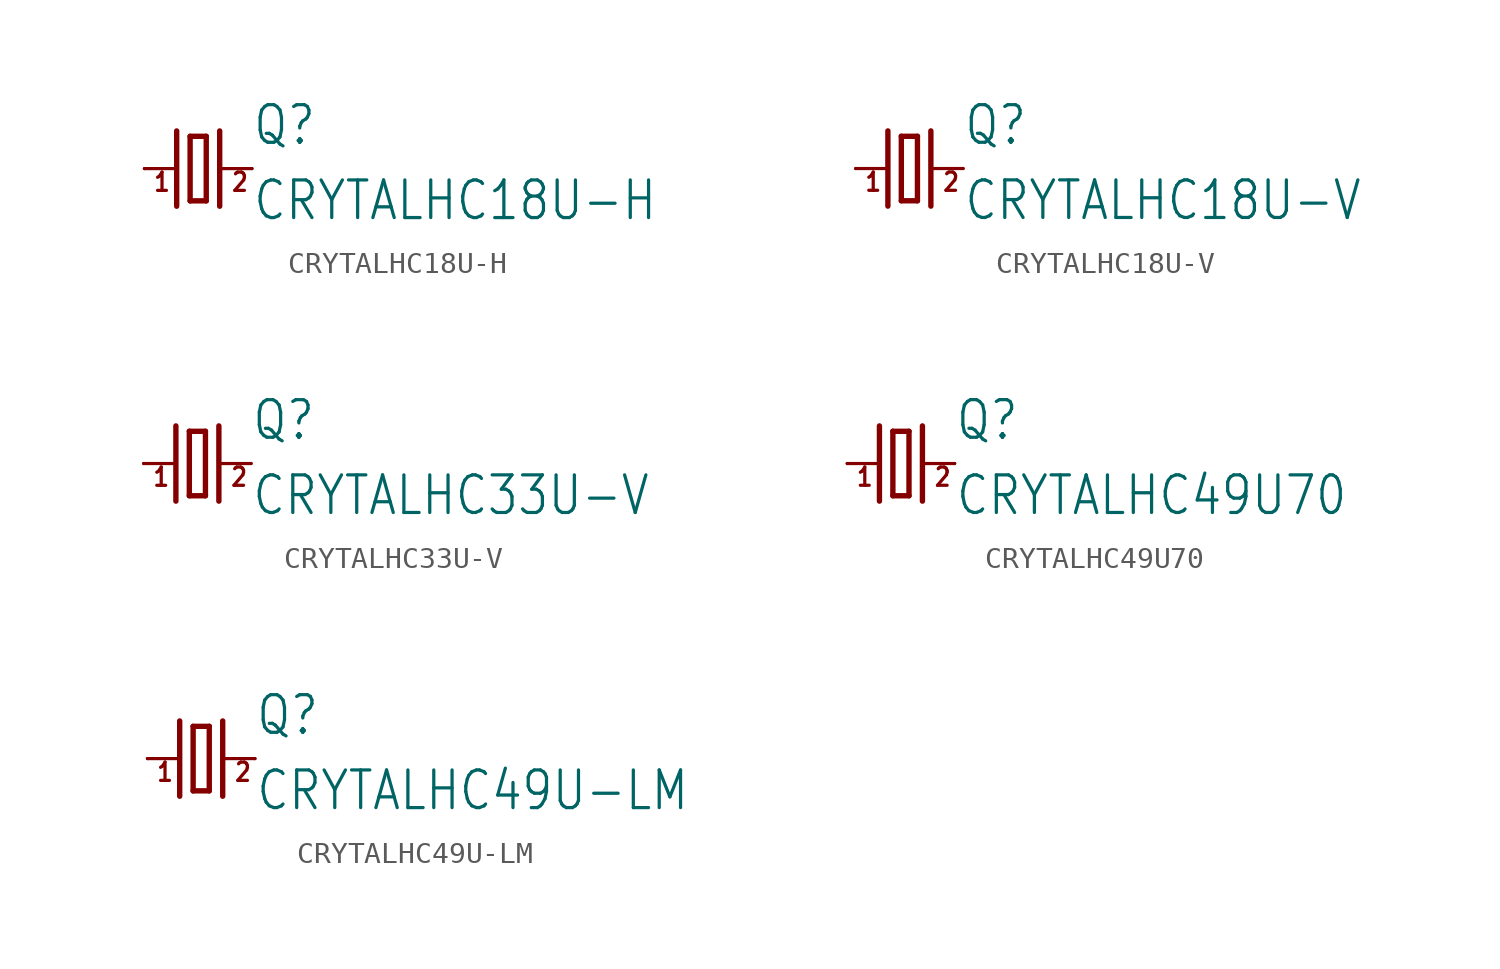
<source format=kicad_sym>
(kicad_symbol_lib
  (version 20211014)
  (generator kicad_symbol_editor)
  (symbol "CRYTALHC18U-H"
    (property "Reference" "Q"
      (at 2.54 1.016 0)
      (effects (font (size 1.778 1.511)) (justify left bottom)))
    (property "Value" "CRYTALHC18U-H"
      (at 2.54 -2.54 0)
      (effects (font (size 1.778 1.511)) (justify left bottom)))
    (property "ki_locked" ""
      (at 0 0 0)
      (effects (font (size 1.27 1.27))))
    (symbol "CRYTALHC18U-H_1_0"
      (polyline (pts (xy -2.54 0) (xy -1.016 0)) (stroke (width 0.152) (type default) (color 0 0 0 0)) (fill (type none)))
      (polyline (pts (xy -1.016 1.778) (xy -1.016 -1.778)) (stroke (width 0.254) (type default) (color 0 0 0 0)) (fill (type none)))
      (polyline (pts (xy -0.381 -1.524) (xy 0.381 -1.524)) (stroke (width 0.254) (type default) (color 0 0 0 0)) (fill (type none)))
      (polyline (pts (xy -0.381 1.524) (xy -0.381 -1.524)) (stroke (width 0.254) (type default) (color 0 0 0 0)) (fill (type none)))
      (polyline (pts (xy 0.381 -1.524) (xy 0.381 1.524)) (stroke (width 0.254) (type default) (color 0 0 0 0)) (fill (type none)))
      (polyline (pts (xy 0.381 1.524) (xy -0.381 1.524)) (stroke (width 0.254) (type default) (color 0 0 0 0)) (fill (type none)))
      (polyline (pts (xy 1.016 0) (xy 2.54 0)) (stroke (width 0.152) (type default) (color 0 0 0 0)) (fill (type none)))
      (polyline (pts (xy 1.016 1.778) (xy 1.016 -1.778)) (stroke (width 0.254) (type default) (color 0 0 0 0)) (fill (type none)))
      (text "1" (at -2.159 -1.143 0) (effects (font (size 0.864 0.734)) (justify left bottom)))
      (text "2" (at 1.524 -1.143 0) (effects (font (size 0.864 0.734)) (justify left bottom)))
      (pin passive line (at -2.54 0 0) (length 0) (name "1" (effects (font (size 0 0)))) (number "1" (effects (font (size 0 0)))))
      (pin passive line (at 2.54 0 180) (length 0) (name "2" (effects (font (size 0 0)))) (number "2" (effects (font (size 0 0)))))))
  (symbol "CRYTALHC18U-V"
    (property "Reference" "Q"
      (at 2.54 1.016 0)
      (effects (font (size 1.778 1.511)) (justify left bottom)))
    (property "Value" "CRYTALHC18U-V"
      (at 2.54 -2.54 0)
      (effects (font (size 1.778 1.511)) (justify left bottom)))
    (property "ki_locked" ""
      (at 0 0 0)
      (effects (font (size 1.27 1.27))))
    (symbol "CRYTALHC18U-V_1_0"
      (polyline (pts (xy -2.54 0) (xy -1.016 0)) (stroke (width 0.152) (type default) (color 0 0 0 0)) (fill (type none)))
      (polyline (pts (xy -1.016 1.778) (xy -1.016 -1.778)) (stroke (width 0.254) (type default) (color 0 0 0 0)) (fill (type none)))
      (polyline (pts (xy -0.381 -1.524) (xy 0.381 -1.524)) (stroke (width 0.254) (type default) (color 0 0 0 0)) (fill (type none)))
      (polyline (pts (xy -0.381 1.524) (xy -0.381 -1.524)) (stroke (width 0.254) (type default) (color 0 0 0 0)) (fill (type none)))
      (polyline (pts (xy 0.381 -1.524) (xy 0.381 1.524)) (stroke (width 0.254) (type default) (color 0 0 0 0)) (fill (type none)))
      (polyline (pts (xy 0.381 1.524) (xy -0.381 1.524)) (stroke (width 0.254) (type default) (color 0 0 0 0)) (fill (type none)))
      (polyline (pts (xy 1.016 0) (xy 2.54 0)) (stroke (width 0.152) (type default) (color 0 0 0 0)) (fill (type none)))
      (polyline (pts (xy 1.016 1.778) (xy 1.016 -1.778)) (stroke (width 0.254) (type default) (color 0 0 0 0)) (fill (type none)))
      (text "1" (at -2.159 -1.143 0) (effects (font (size 0.864 0.734)) (justify left bottom)))
      (text "2" (at 1.524 -1.143 0) (effects (font (size 0.864 0.734)) (justify left bottom)))
      (pin passive line (at -2.54 0 0) (length 0) (name "1" (effects (font (size 0 0)))) (number "1" (effects (font (size 0 0)))))
      (pin passive line (at 2.54 0 180) (length 0) (name "2" (effects (font (size 0 0)))) (number "2" (effects (font (size 0 0)))))))
  (symbol "CRYTALHC33U-V"
    (property "Reference" "Q"
      (at 2.54 1.016 0)
      (effects (font (size 1.778 1.511)) (justify left bottom)))
    (property "Value" "CRYTALHC33U-V"
      (at 2.54 -2.54 0)
      (effects (font (size 1.778 1.511)) (justify left bottom)))
    (property "ki_locked" ""
      (at 0 0 0)
      (effects (font (size 1.27 1.27))))
    (symbol "CRYTALHC33U-V_1_0"
      (polyline (pts (xy -2.54 0) (xy -1.016 0)) (stroke (width 0.152) (type default) (color 0 0 0 0)) (fill (type none)))
      (polyline (pts (xy -1.016 1.778) (xy -1.016 -1.778)) (stroke (width 0.254) (type default) (color 0 0 0 0)) (fill (type none)))
      (polyline (pts (xy -0.381 -1.524) (xy 0.381 -1.524)) (stroke (width 0.254) (type default) (color 0 0 0 0)) (fill (type none)))
      (polyline (pts (xy -0.381 1.524) (xy -0.381 -1.524)) (stroke (width 0.254) (type default) (color 0 0 0 0)) (fill (type none)))
      (polyline (pts (xy 0.381 -1.524) (xy 0.381 1.524)) (stroke (width 0.254) (type default) (color 0 0 0 0)) (fill (type none)))
      (polyline (pts (xy 0.381 1.524) (xy -0.381 1.524)) (stroke (width 0.254) (type default) (color 0 0 0 0)) (fill (type none)))
      (polyline (pts (xy 1.016 0) (xy 2.54 0)) (stroke (width 0.152) (type default) (color 0 0 0 0)) (fill (type none)))
      (polyline (pts (xy 1.016 1.778) (xy 1.016 -1.778)) (stroke (width 0.254) (type default) (color 0 0 0 0)) (fill (type none)))
      (text "1" (at -2.159 -1.143 0) (effects (font (size 0.864 0.734)) (justify left bottom)))
      (text "2" (at 1.524 -1.143 0) (effects (font (size 0.864 0.734)) (justify left bottom)))
      (pin passive line (at -2.54 0 0) (length 0) (name "1" (effects (font (size 0 0)))) (number "1" (effects (font (size 0 0)))))
      (pin passive line (at 2.54 0 180) (length 0) (name "2" (effects (font (size 0 0)))) (number "2" (effects (font (size 0 0)))))))
  (symbol "CRYTALHC49U70"
    (property "Reference" "Q"
      (at 2.54 1.016 0)
      (effects (font (size 1.778 1.511)) (justify left bottom)))
    (property "Value" "CRYTALHC49U70"
      (at 2.54 -2.54 0)
      (effects (font (size 1.778 1.511)) (justify left bottom)))
    (property "ki_locked" ""
      (at 0 0 0)
      (effects (font (size 1.27 1.27))))
    (symbol "CRYTALHC49U70_1_0"
      (polyline (pts (xy -2.54 0) (xy -1.016 0)) (stroke (width 0.152) (type default) (color 0 0 0 0)) (fill (type none)))
      (polyline (pts (xy -1.016 1.778) (xy -1.016 -1.778)) (stroke (width 0.254) (type default) (color 0 0 0 0)) (fill (type none)))
      (polyline (pts (xy -0.381 -1.524) (xy 0.381 -1.524)) (stroke (width 0.254) (type default) (color 0 0 0 0)) (fill (type none)))
      (polyline (pts (xy -0.381 1.524) (xy -0.381 -1.524)) (stroke (width 0.254) (type default) (color 0 0 0 0)) (fill (type none)))
      (polyline (pts (xy 0.381 -1.524) (xy 0.381 1.524)) (stroke (width 0.254) (type default) (color 0 0 0 0)) (fill (type none)))
      (polyline (pts (xy 0.381 1.524) (xy -0.381 1.524)) (stroke (width 0.254) (type default) (color 0 0 0 0)) (fill (type none)))
      (polyline (pts (xy 1.016 0) (xy 2.54 0)) (stroke (width 0.152) (type default) (color 0 0 0 0)) (fill (type none)))
      (polyline (pts (xy 1.016 1.778) (xy 1.016 -1.778)) (stroke (width 0.254) (type default) (color 0 0 0 0)) (fill (type none)))
      (text "1" (at -2.159 -1.143 0) (effects (font (size 0.864 0.734)) (justify left bottom)))
      (text "2" (at 1.524 -1.143 0) (effects (font (size 0.864 0.734)) (justify left bottom)))
      (pin passive line (at -2.54 0 0) (length 0) (name "1" (effects (font (size 0 0)))) (number "1" (effects (font (size 0 0)))))
      (pin passive line (at 2.54 0 180) (length 0) (name "2" (effects (font (size 0 0)))) (number "2" (effects (font (size 0 0)))))))
  (symbol "CRYTALHC49U-LM"
    (property "Reference" "Q"
      (at 2.54 1.016 0)
      (effects (font (size 1.778 1.511)) (justify left bottom)))
    (property "Value" "CRYTALHC49U-LM"
      (at 2.54 -2.54 0)
      (effects (font (size 1.778 1.511)) (justify left bottom)))
    (property "ki_locked" ""
      (at 0 0 0)
      (effects (font (size 1.27 1.27))))
    (symbol "CRYTALHC49U-LM_1_0"
      (polyline (pts (xy -2.54 0) (xy -1.016 0)) (stroke (width 0.152) (type default) (color 0 0 0 0)) (fill (type none)))
      (polyline (pts (xy -1.016 1.778) (xy -1.016 -1.778)) (stroke (width 0.254) (type default) (color 0 0 0 0)) (fill (type none)))
      (polyline (pts (xy -0.381 -1.524) (xy 0.381 -1.524)) (stroke (width 0.254) (type default) (color 0 0 0 0)) (fill (type none)))
      (polyline (pts (xy -0.381 1.524) (xy -0.381 -1.524)) (stroke (width 0.254) (type default) (color 0 0 0 0)) (fill (type none)))
      (polyline (pts (xy 0.381 -1.524) (xy 0.381 1.524)) (stroke (width 0.254) (type default) (color 0 0 0 0)) (fill (type none)))
      (polyline (pts (xy 0.381 1.524) (xy -0.381 1.524)) (stroke (width 0.254) (type default) (color 0 0 0 0)) (fill (type none)))
      (polyline (pts (xy 1.016 0) (xy 2.54 0)) (stroke (width 0.152) (type default) (color 0 0 0 0)) (fill (type none)))
      (polyline (pts (xy 1.016 1.778) (xy 1.016 -1.778)) (stroke (width 0.254) (type default) (color 0 0 0 0)) (fill (type none)))
      (text "1" (at -2.159 -1.143 0) (effects (font (size 0.864 0.734)) (justify left bottom)))
      (text "2" (at 1.524 -1.143 0) (effects (font (size 0.864 0.734)) (justify left bottom)))
      (pin passive line (at -2.54 0 0) (length 0) (name "1" (effects (font (size 0 0)))) (number "1" (effects (font (size 0 0)))))
      (pin passive line (at 2.54 0 180) (length 0) (name "2" (effects (font (size 0 0)))) (number "2" (effects (font (size 0 0))))))))
</source>
